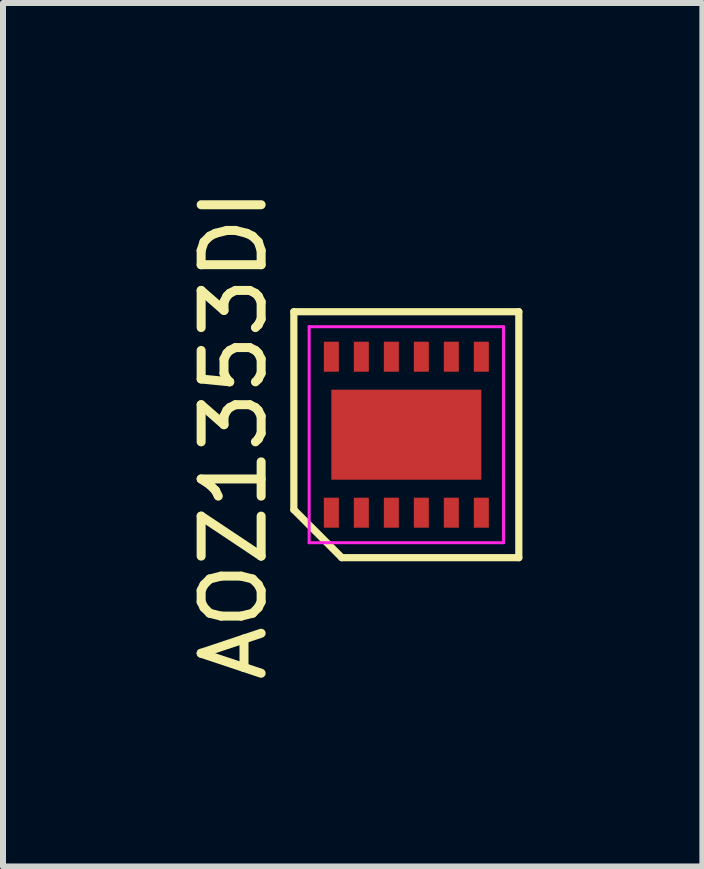
<source format=kicad_pcb>
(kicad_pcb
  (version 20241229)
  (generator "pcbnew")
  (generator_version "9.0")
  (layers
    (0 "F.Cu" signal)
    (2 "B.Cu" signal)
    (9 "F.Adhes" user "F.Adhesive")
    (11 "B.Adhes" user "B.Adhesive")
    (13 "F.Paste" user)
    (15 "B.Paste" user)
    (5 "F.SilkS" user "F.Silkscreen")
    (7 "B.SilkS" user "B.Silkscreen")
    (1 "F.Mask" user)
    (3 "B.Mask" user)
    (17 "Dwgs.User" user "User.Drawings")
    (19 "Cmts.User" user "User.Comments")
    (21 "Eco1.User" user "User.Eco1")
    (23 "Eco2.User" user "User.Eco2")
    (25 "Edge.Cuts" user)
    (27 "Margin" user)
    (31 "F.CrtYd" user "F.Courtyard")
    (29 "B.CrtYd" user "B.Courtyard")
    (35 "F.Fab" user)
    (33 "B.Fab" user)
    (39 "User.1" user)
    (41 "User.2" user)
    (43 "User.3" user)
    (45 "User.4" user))
  (footprint "AOZ1353DI"
    (layer "F.Cu")
    (at 3.723 4.196)
    (property "Reference" "AOZ1353DI" (at -2.875 0 90) (layer "F.SilkS") (effects (font (size 1 1) (thickness 0.15))))
    (attr smd)
    (fp_line (start -1.875 -2.05) (end 1.875 -2.05) (stroke (width 0.12) (type default)) (layer "F.SilkS"))
    (fp_line (start -1.875 1.25) (end -1.875 -2.05) (stroke (width 0.12) (type default)) (layer "F.SilkS"))
    (fp_line (start -1.075 2.05) (end -1.875 1.25) (stroke (width 0.12) (type default)) (layer "F.SilkS"))
    (fp_line (start 1.875 -2.05) (end 1.875 2.05) (stroke (width 0.12) (type default)) (layer "F.SilkS"))
    (fp_line (start 1.875 2.05) (end -1.075 2.05) (stroke (width 0.12) (type default)) (layer "F.SilkS"))
    (fp_line (start -1.62 -1.8) (end 1.62 -1.8) (stroke (width 0.05) (type default)) (layer "F.CrtYd"))
    (fp_line (start -1.62 1.8) (end -1.62 -1.8) (stroke (width 0.05) (type default)) (layer "F.CrtYd"))
    (fp_line (start 1.62 -1.8) (end 1.62 1.8) (stroke (width 0.05) (type default)) (layer "F.CrtYd"))
    (fp_line (start 1.62 1.8) (end -1.62 1.8) (stroke (width 0.05) (type default)) (layer "F.CrtYd"))
    (pad "1" smd rect (at -1.25 1.3) (size 0.25 0.5) (layers "F.Cu" "F.Mask" "F.Paste"))
    (pad "2" smd rect (at -0.75 1.3) (size 0.25 0.5) (layers "F.Cu" "F.Mask" "F.Paste"))
    (pad "3" smd rect (at -0.25 1.3) (size 0.25 0.5) (layers "F.Cu" "F.Mask" "F.Paste"))
    (pad "4" smd rect (at 0.25 1.3) (size 0.25 0.5) (layers "F.Cu" "F.Mask" "F.Paste"))
    (pad "5" smd rect (at 0.75 1.3) (size 0.25 0.5) (layers "F.Cu" "F.Mask" "F.Paste"))
    (pad "6" smd rect (at 1.25 1.3) (size 0.25 0.5) (layers "F.Cu" "F.Mask" "F.Paste"))
    (pad "7" smd rect (at 1.25 -1.3) (size 0.25 0.5) (layers "F.Cu" "F.Mask" "F.Paste"))
    (pad "8" smd rect (at 0.75 -1.3) (size 0.25 0.5) (layers "F.Cu" "F.Mask" "F.Paste"))
    (pad "9" smd rect (at 0.25 -1.3) (size 0.25 0.5) (layers "F.Cu" "F.Mask" "F.Paste"))
    (pad "10" smd rect (at -0.25 -1.3) (size 0.25 0.5) (layers "F.Cu" "F.Mask" "F.Paste"))
    (pad "11" smd rect (at -0.75 -1.3) (size 0.25 0.5) (layers "F.Cu" "F.Mask" "F.Paste"))
    (pad "12" smd rect (at -1.25 -1.3) (size 0.25 0.5) (layers "F.Cu" "F.Mask" "F.Paste"))
    (pad "13" smd rect (at 0 0) (size 2.5 1.5) (layers "F.Cu" "F.Mask" "F.Paste")))
  (gr_rect
    (start -3 -3)
    (end 8.658 11.393)
    (stroke (width 0.1) (type default))
    (fill no)
    (layer "Edge.Cuts")))
</source>
